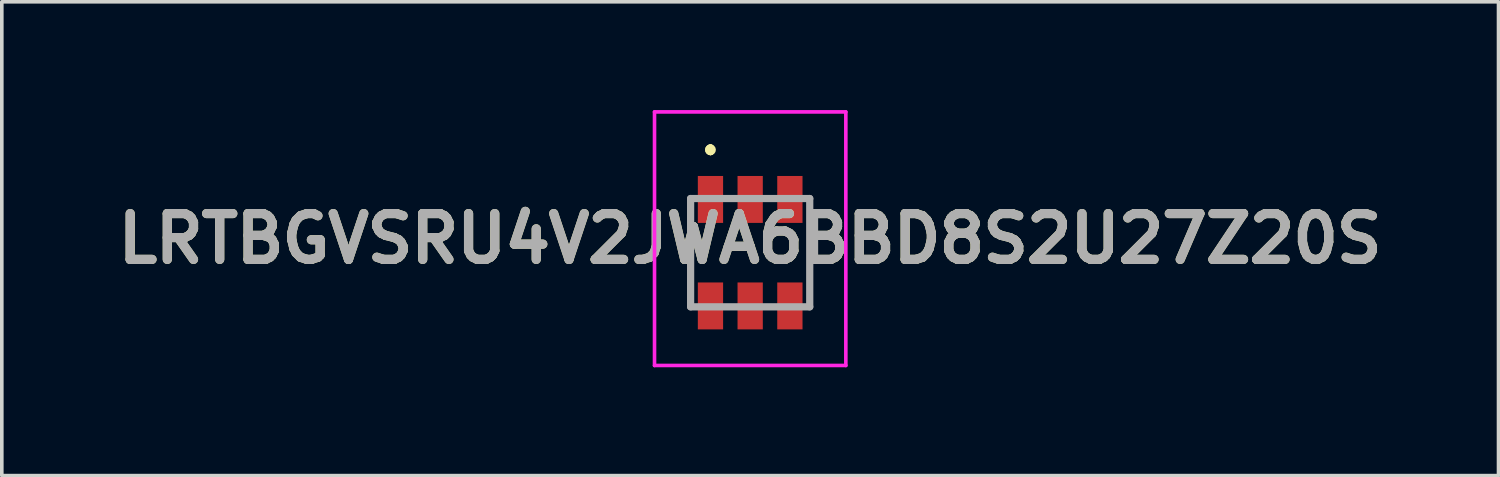
<source format=kicad_pcb>
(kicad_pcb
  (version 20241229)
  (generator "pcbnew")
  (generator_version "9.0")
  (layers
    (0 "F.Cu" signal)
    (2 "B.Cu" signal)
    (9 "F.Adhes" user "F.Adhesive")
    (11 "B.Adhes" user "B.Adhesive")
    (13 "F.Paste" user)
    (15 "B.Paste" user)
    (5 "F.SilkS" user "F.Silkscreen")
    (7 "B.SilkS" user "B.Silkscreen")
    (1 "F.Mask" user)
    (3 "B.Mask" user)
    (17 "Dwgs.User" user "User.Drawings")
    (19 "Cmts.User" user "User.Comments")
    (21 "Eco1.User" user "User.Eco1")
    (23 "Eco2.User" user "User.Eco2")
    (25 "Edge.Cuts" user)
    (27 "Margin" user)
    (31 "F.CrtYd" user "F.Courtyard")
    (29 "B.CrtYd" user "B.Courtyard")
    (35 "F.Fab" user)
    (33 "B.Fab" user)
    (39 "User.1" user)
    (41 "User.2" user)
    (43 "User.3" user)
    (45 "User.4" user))
  (footprint "LRTBGVSRU4V2JWA6BBD8S2U27Z20S"
    (layer "F.Cu")
    (at 17.732 3.95)
    (property "Reference" "LRTBGVSRU4V2JWA6BBD8S2U27Z20S" (at 0 -0.388 0) (layer "F.SilkS") (effects (font (size 1.27 1.27) (thickness 0.254))))
    (attr smd)
    (fp_line (start -1.65 -0.25) (end -1.65 -0.25) (stroke (width 0.1) (type solid)) (layer "F.SilkS"))
    (fp_line (start -1.65 -0.25) (end -1.65 0.25) (stroke (width 0.1) (type solid)) (layer "F.SilkS"))
    (fp_line (start -1.65 0.25) (end -1.65 -0.25) (stroke (width 0.1) (type solid)) (layer "F.SilkS"))
    (fp_line (start -1.65 0.25) (end -1.65 0.25) (stroke (width 0.1) (type solid)) (layer "F.SilkS"))
    (fp_line (start -1.1 -2.9) (end -1.1 -2.9) (stroke (width 0.2) (type solid)) (layer "F.SilkS"))
    (fp_line (start -1.1 -2.9) (end -1.1 -2.9) (stroke (width 0.2) (type solid)) (layer "F.SilkS"))
    (fp_line (start -1.1 -2.8) (end -1.1 -2.8) (stroke (width 0.2) (type solid)) (layer "F.SilkS"))
    (fp_line (start 1.65 -0.25) (end 1.65 -0.25) (stroke (width 0.1) (type solid)) (layer "F.SilkS"))
    (fp_line (start 1.65 -0.25) (end 1.65 0.25) (stroke (width 0.1) (type solid)) (layer "F.SilkS"))
    (fp_line (start 1.65 0.25) (end 1.65 -0.25) (stroke (width 0.1) (type solid)) (layer "F.SilkS"))
    (fp_line (start 1.65 0.25) (end 1.65 0.25) (stroke (width 0.1) (type solid)) (layer "F.SilkS"))
    (fp_arc (start -1.1 -2.9) (mid -1.05 -2.85) (end -1.1 -2.8) (stroke (width 0.2) (type solid)) (layer "F.SilkS"))
    (fp_arc (start -1.1 -2.8) (mid -1.15 -2.85) (end -1.1 -2.9) (stroke (width 0.2) (type solid)) (layer "F.SilkS"))
    (fp_arc (start -1.1 -2.8) (mid -1.15 -2.85) (end -1.1 -2.9) (stroke (width 0.2) (type solid)) (layer "F.SilkS"))
    (fp_line (start -2.65 -3.9) (end 2.65 -3.9) (stroke (width 0.1) (type solid)) (layer "F.CrtYd"))
    (fp_line (start -2.65 3.125) (end -2.65 -3.9) (stroke (width 0.1) (type solid)) (layer "F.CrtYd"))
    (fp_line (start 2.65 -3.9) (end 2.65 3.125) (stroke (width 0.1) (type solid)) (layer "F.CrtYd"))
    (fp_line (start 2.65 3.125) (end -2.65 3.125) (stroke (width 0.1) (type solid)) (layer "F.CrtYd"))
    (fp_line (start -1.65 -1.5) (end -1.65 1.5) (stroke (width 0.2) (type solid)) (layer "F.Fab"))
    (fp_line (start -1.65 1.5) (end 1.65 1.5) (stroke (width 0.2) (type solid)) (layer "F.Fab"))
    (fp_line (start 1.65 -1.5) (end -1.65 -1.5) (stroke (width 0.2) (type solid)) (layer "F.Fab"))
    (fp_line (start 1.65 1.5) (end 1.65 -1.5) (stroke (width 0.2) (type solid)) (layer "F.Fab"))
    (fp_text user "${REFERENCE}" (at 0 -0.388 0) (layer "F.Fab") (effects (font (size 1.27 1.27) (thickness 0.254))))
    (pad "A1" smd rect (at -1.1 -1.475) (size 0.7 1.3) (layers "F.Cu" "F.Mask" "F.Paste"))
    (pad "A2" smd rect (at 0 -1.475) (size 0.7 1.3) (layers "F.Cu" "F.Mask" "F.Paste"))
    (pad "A3" smd rect (at 0 1.475) (size 0.7 1.3) (layers "F.Cu" "F.Mask" "F.Paste"))
    (pad "C1" smd rect (at -1.1 1.475) (size 0.7 1.3) (layers "F.Cu" "F.Mask" "F.Paste"))
    (pad "C2" smd rect (at 1.1 -1.475) (size 0.7 1.3) (layers "F.Cu" "F.Mask" "F.Paste"))
    (pad "C3" smd rect (at 1.1 1.475) (size 0.7 1.3) (layers "F.Cu" "F.Mask" "F.Paste")))
  (gr_rect
    (start -3 -3)
    (end 38.463 10.125)
    (stroke (width 0.1) (type default))
    (fill no)
    (layer "Edge.Cuts")))
</source>
